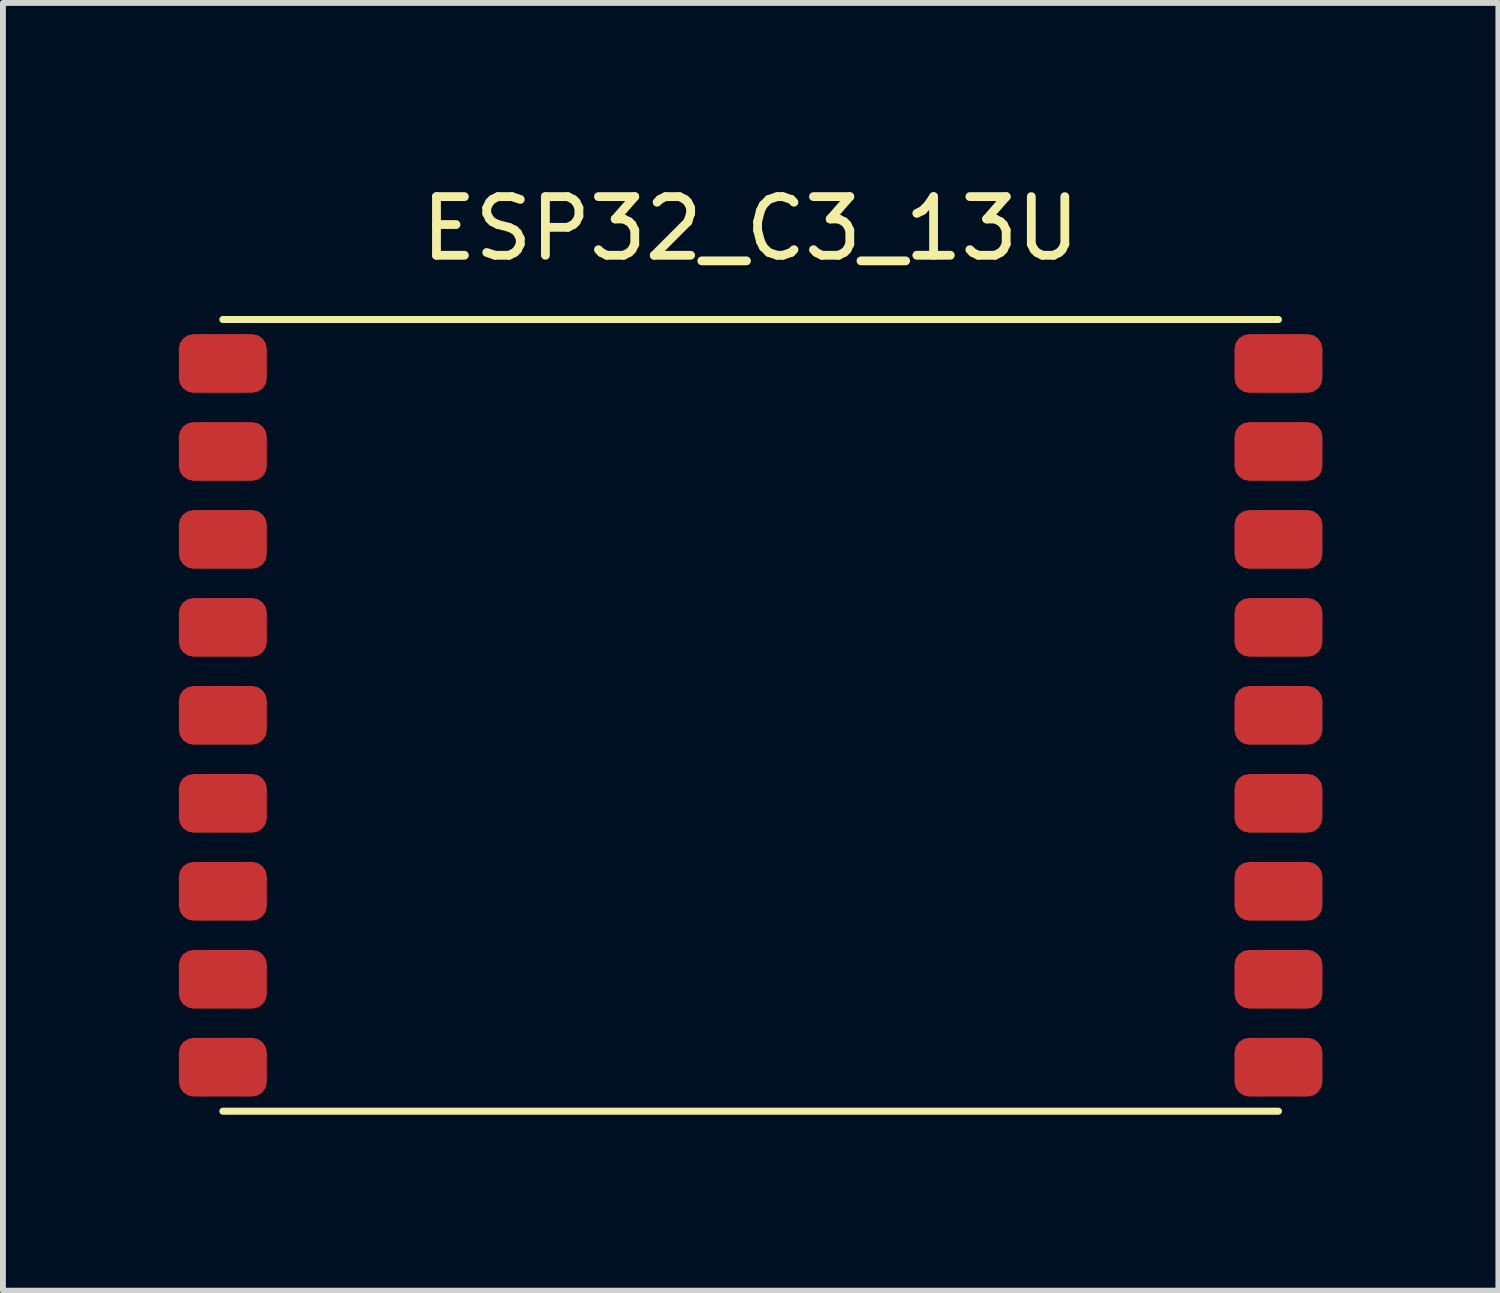
<source format=kicad_pcb>
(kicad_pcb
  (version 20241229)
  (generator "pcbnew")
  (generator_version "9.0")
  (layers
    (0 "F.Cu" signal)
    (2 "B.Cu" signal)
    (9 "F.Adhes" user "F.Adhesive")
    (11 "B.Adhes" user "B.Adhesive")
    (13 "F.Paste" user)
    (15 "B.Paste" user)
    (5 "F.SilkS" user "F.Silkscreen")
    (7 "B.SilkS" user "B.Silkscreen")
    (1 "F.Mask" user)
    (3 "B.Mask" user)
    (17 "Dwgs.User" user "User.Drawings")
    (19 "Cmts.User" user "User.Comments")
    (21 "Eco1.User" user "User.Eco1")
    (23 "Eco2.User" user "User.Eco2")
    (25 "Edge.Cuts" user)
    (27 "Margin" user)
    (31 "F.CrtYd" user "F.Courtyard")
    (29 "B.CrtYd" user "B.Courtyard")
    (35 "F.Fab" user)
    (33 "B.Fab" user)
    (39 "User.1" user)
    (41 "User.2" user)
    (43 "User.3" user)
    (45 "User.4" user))
  (footprint "ESP32_C3_13U"
    (layer "F.Cu")
    (at 9.75 9.148)
    (property "Reference" "ESP32_C3_13U" (at 0 -8.3 0) (unlocked yes) (layer "F.SilkS") (effects (font (size 1 1) (thickness 0.15))))
    (attr smd)
    (fp_line (start -9 -6.75) (end 9 -6.75) (stroke (width 0.12) (type solid)) (layer "F.SilkS"))
    (fp_line (start -9 6.75) (end 9 6.75) (stroke (width 0.12) (type solid)) (layer "F.SilkS"))
    (pad "1" smd roundrect (at -9 -6) (size 1.5 1) (layers "F.Cu" "F.Mask" "F.Paste") (roundrect_rratio 0.25))
    (pad "2" smd roundrect (at -9 -4.5) (size 1.5 1) (layers "F.Cu" "F.Mask" "F.Paste") (roundrect_rratio 0.25))
    (pad "3" smd roundrect (at -9 -3) (size 1.5 1) (layers "F.Cu" "F.Mask" "F.Paste") (roundrect_rratio 0.25))
    (pad "4" smd roundrect (at -9 -1.5) (size 1.5 1) (layers "F.Cu" "F.Mask" "F.Paste") (roundrect_rratio 0.25))
    (pad "5" smd roundrect (at -9 0) (size 1.5 1) (layers "F.Cu" "F.Mask" "F.Paste") (roundrect_rratio 0.25))
    (pad "6" smd roundrect (at -9 1.5) (size 1.5 1) (layers "F.Cu" "F.Mask" "F.Paste") (roundrect_rratio 0.25))
    (pad "7" smd roundrect (at -9 3) (size 1.5 1) (layers "F.Cu" "F.Mask" "F.Paste") (roundrect_rratio 0.25))
    (pad "8" smd roundrect (at -9 4.5) (size 1.5 1) (layers "F.Cu" "F.Mask" "F.Paste") (roundrect_rratio 0.25))
    (pad "9" smd roundrect (at -9 6) (size 1.5 1) (layers "F.Cu" "F.Mask" "F.Paste") (roundrect_rratio 0.25))
    (pad "10" smd roundrect (at 9 6) (size 1.5 1) (layers "F.Cu" "F.Mask" "F.Paste") (roundrect_rratio 0.25))
    (pad "11" smd roundrect (at 9 4.5) (size 1.5 1) (layers "F.Cu" "F.Mask" "F.Paste") (roundrect_rratio 0.25))
    (pad "12" smd roundrect (at 9 3) (size 1.5 1) (layers "F.Cu" "F.Mask" "F.Paste") (roundrect_rratio 0.25))
    (pad "13" smd roundrect (at 9 1.5) (size 1.5 1) (layers "F.Cu" "F.Mask" "F.Paste") (roundrect_rratio 0.25))
    (pad "14" smd roundrect (at 9 0) (size 1.5 1) (layers "F.Cu" "F.Mask" "F.Paste") (roundrect_rratio 0.25))
    (pad "15" smd roundrect (at 9 -1.5) (size 1.5 1) (layers "F.Cu" "F.Mask" "F.Paste") (roundrect_rratio 0.25))
    (pad "16" smd roundrect (at 9 -3) (size 1.5 1) (layers "F.Cu" "F.Mask" "F.Paste") (roundrect_rratio 0.25))
    (pad "17" smd roundrect (at 9 -4.5) (size 1.5 1) (layers "F.Cu" "F.Mask" "F.Paste") (roundrect_rratio 0.25))
    (pad "18" smd roundrect (at 9 -6) (size 1.5 1) (layers "F.Cu" "F.Mask" "F.Paste") (roundrect_rratio 0.25)))
  (gr_rect
    (start -3 -3)
    (end 22.5 18.958)
    (stroke (width 0.1) (type default))
    (fill no)
    (layer "Edge.Cuts")))
</source>
